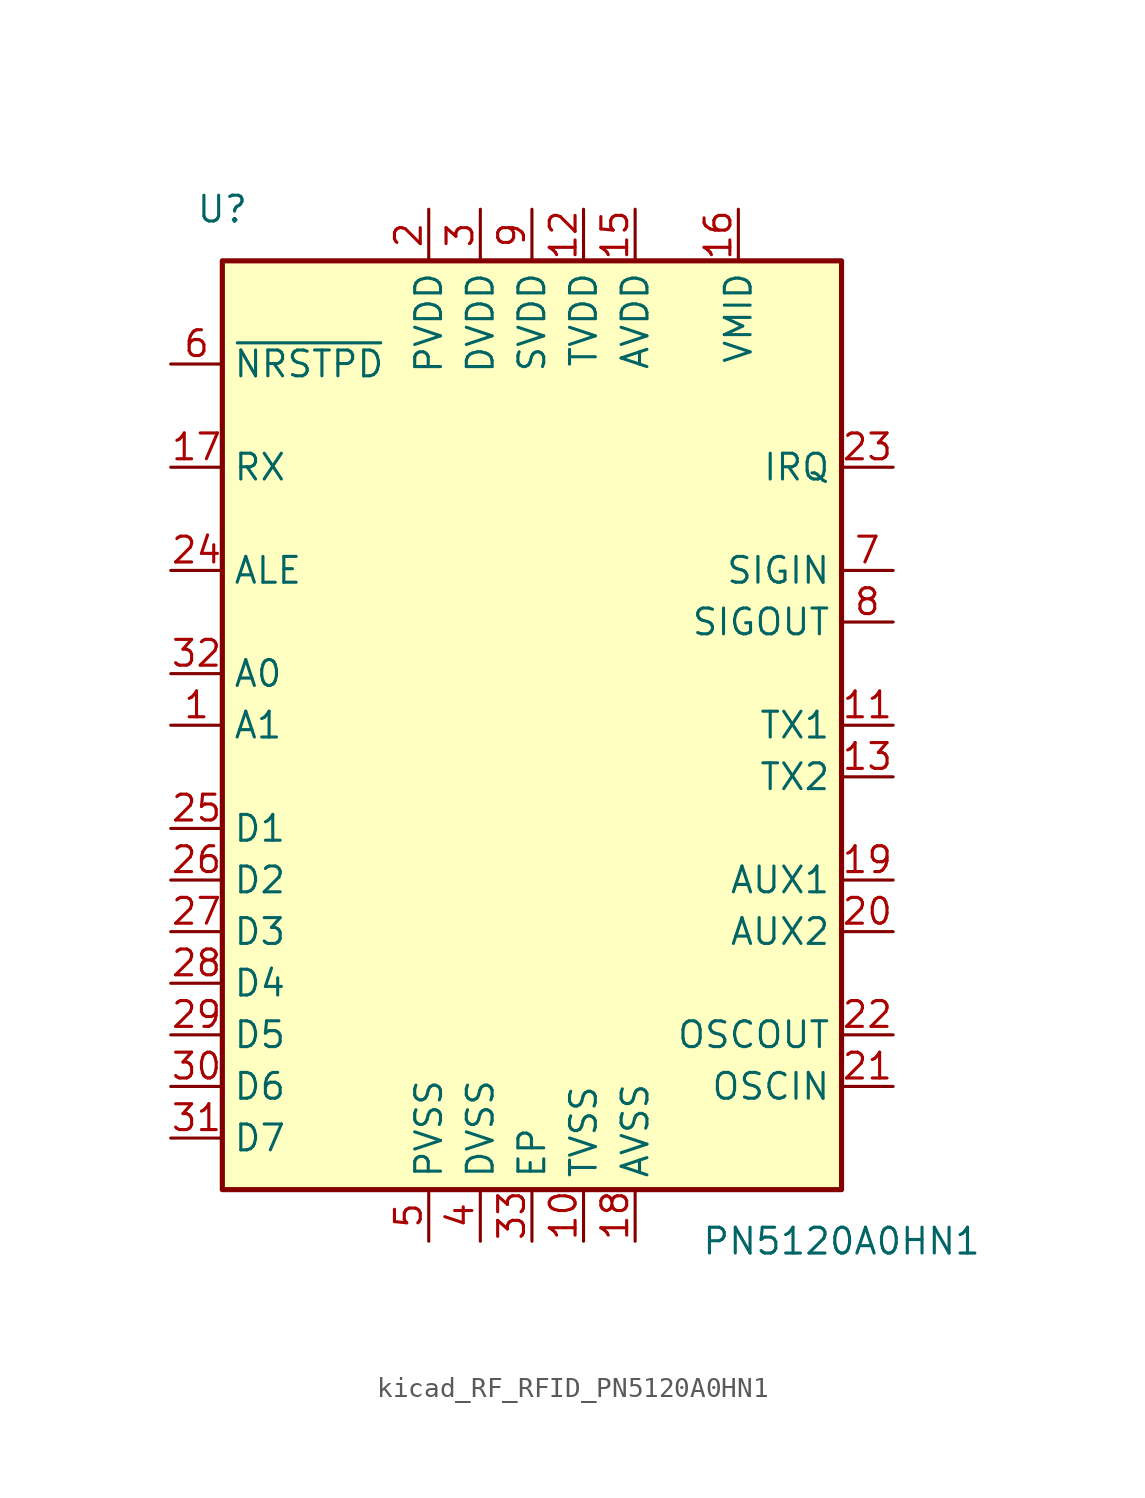
<source format=kicad_sym>
(kicad_symbol_lib
  (version 20220914)
  (generator kicad_symbol_editor)
  (symbol "kicad_RF_RFID_PN5120A0HN1"
    (property "Reference" "U"
      (at -15.24 25.4 0)
      (effects (font (size 1.27 1.27))))
    (property "Value" "PN5120A0HN1"
      (at 15.24 -25.4 0)
      (effects (font (size 1.27 1.27))))
    (symbol "kicad_RF_RFID_PN5120A0HN1_0_1"
      (rectangle (start -15.24 22.86) (end 15.24 -22.86) (stroke (width 0.254) (type default)) (fill (type background))))
    (symbol "kicad_RF_RFID_PN5120A0HN1_1_1"
      (pin input line (at -17.78 0 0) (length 2.54) (name "A1" (effects (font (size 1.27 1.27)))) (number "1" (effects (font (size 1.27 1.27)))))
      (pin power_in line (at 2.54 -25.4 90) (length 2.54) (name "TVSS" (effects (font (size 1.27 1.27)))) (number "10" (effects (font (size 1.27 1.27)))))
      (pin output line (at 17.78 0 180) (length 2.54) (name "TX1" (effects (font (size 1.27 1.27)))) (number "11" (effects (font (size 1.27 1.27)))))
      (pin power_in line (at 2.54 25.4 270) (length 2.54) (name "TVDD" (effects (font (size 1.27 1.27)))) (number "12" (effects (font (size 1.27 1.27)))))
      (pin output line (at 17.78 -2.54 180) (length 2.54) (name "TX2" (effects (font (size 1.27 1.27)))) (number "13" (effects (font (size 1.27 1.27)))))
      (pin passive line (at 2.54 -25.4 90) (length 2.54) hide (name "TVSS" (effects (font (size 1.27 1.27)))) (number "14" (effects (font (size 1.27 1.27)))))
      (pin power_in line (at 5.08 25.4 270) (length 2.54) (name "AVDD" (effects (font (size 1.27 1.27)))) (number "15" (effects (font (size 1.27 1.27)))))
      (pin power_out line (at 10.16 25.4 270) (length 2.54) (name "VMID" (effects (font (size 1.27 1.27)))) (number "16" (effects (font (size 1.27 1.27)))))
      (pin input line (at -17.78 12.7 0) (length 2.54) (name "RX" (effects (font (size 1.27 1.27)))) (number "17" (effects (font (size 1.27 1.27)))))
      (pin power_in line (at 5.08 -25.4 90) (length 2.54) (name "AVSS" (effects (font (size 1.27 1.27)))) (number "18" (effects (font (size 1.27 1.27)))))
      (pin output line (at 17.78 -7.62 180) (length 2.54) (name "AUX1" (effects (font (size 1.27 1.27)))) (number "19" (effects (font (size 1.27 1.27)))))
      (pin power_in line (at -5.08 25.4 270) (length 2.54) (name "PVDD" (effects (font (size 1.27 1.27)))) (number "2" (effects (font (size 1.27 1.27)))))
      (pin output line (at 17.78 -10.16 180) (length 2.54) (name "AUX2" (effects (font (size 1.27 1.27)))) (number "20" (effects (font (size 1.27 1.27)))))
      (pin input line (at 17.78 -17.78 180) (length 2.54) (name "OSCIN" (effects (font (size 1.27 1.27)))) (number "21" (effects (font (size 1.27 1.27)))))
      (pin output line (at 17.78 -15.24 180) (length 2.54) (name "OSCOUT" (effects (font (size 1.27 1.27)))) (number "22" (effects (font (size 1.27 1.27)))))
      (pin output line (at 17.78 12.7 180) (length 2.54) (name "IRQ" (effects (font (size 1.27 1.27)))) (number "23" (effects (font (size 1.27 1.27)))))
      (pin input line (at -17.78 7.62 0) (length 2.54) (name "ALE" (effects (font (size 1.27 1.27)))) (number "24" (effects (font (size 1.27 1.27)))))
      (pin bidirectional line (at -17.78 -5.08 0) (length 2.54) (name "D1" (effects (font (size 1.27 1.27)))) (number "25" (effects (font (size 1.27 1.27)))))
      (pin bidirectional line (at -17.78 -7.62 0) (length 2.54) (name "D2" (effects (font (size 1.27 1.27)))) (number "26" (effects (font (size 1.27 1.27)))))
      (pin bidirectional line (at -17.78 -10.16 0) (length 2.54) (name "D3" (effects (font (size 1.27 1.27)))) (number "27" (effects (font (size 1.27 1.27)))))
      (pin bidirectional line (at -17.78 -12.7 0) (length 2.54) (name "D4" (effects (font (size 1.27 1.27)))) (number "28" (effects (font (size 1.27 1.27)))))
      (pin bidirectional line (at -17.78 -15.24 0) (length 2.54) (name "D5" (effects (font (size 1.27 1.27)))) (number "29" (effects (font (size 1.27 1.27)))))
      (pin power_in line (at -2.54 25.4 270) (length 2.54) (name "DVDD" (effects (font (size 1.27 1.27)))) (number "3" (effects (font (size 1.27 1.27)))))
      (pin bidirectional line (at -17.78 -17.78 0) (length 2.54) (name "D6" (effects (font (size 1.27 1.27)))) (number "30" (effects (font (size 1.27 1.27)))))
      (pin bidirectional line (at -17.78 -20.32 0) (length 2.54) (name "D7" (effects (font (size 1.27 1.27)))) (number "31" (effects (font (size 1.27 1.27)))))
      (pin input line (at -17.78 2.54 0) (length 2.54) (name "A0" (effects (font (size 1.27 1.27)))) (number "32" (effects (font (size 1.27 1.27)))))
      (pin passive line (at 0 -25.4 90) (length 2.54) (name "EP" (effects (font (size 1.27 1.27)))) (number "33" (effects (font (size 1.27 1.27)))))
      (pin power_in line (at -2.54 -25.4 90) (length 2.54) (name "DVSS" (effects (font (size 1.27 1.27)))) (number "4" (effects (font (size 1.27 1.27)))))
      (pin power_in line (at -5.08 -25.4 90) (length 2.54) (name "PVSS" (effects (font (size 1.27 1.27)))) (number "5" (effects (font (size 1.27 1.27)))))
      (pin input line (at -17.78 17.78 0) (length 2.54) (name "~{NRSTPD}" (effects (font (size 1.27 1.27)))) (number "6" (effects (font (size 1.27 1.27)))))
      (pin input line (at 17.78 7.62 180) (length 2.54) (name "SIGIN" (effects (font (size 1.27 1.27)))) (number "7" (effects (font (size 1.27 1.27)))))
      (pin output line (at 17.78 5.08 180) (length 2.54) (name "SIGOUT" (effects (font (size 1.27 1.27)))) (number "8" (effects (font (size 1.27 1.27)))))
      (pin power_in line (at 0 25.4 270) (length 2.54) (name "SVDD" (effects (font (size 1.27 1.27)))) (number "9" (effects (font (size 1.27 1.27))))))))
</source>
